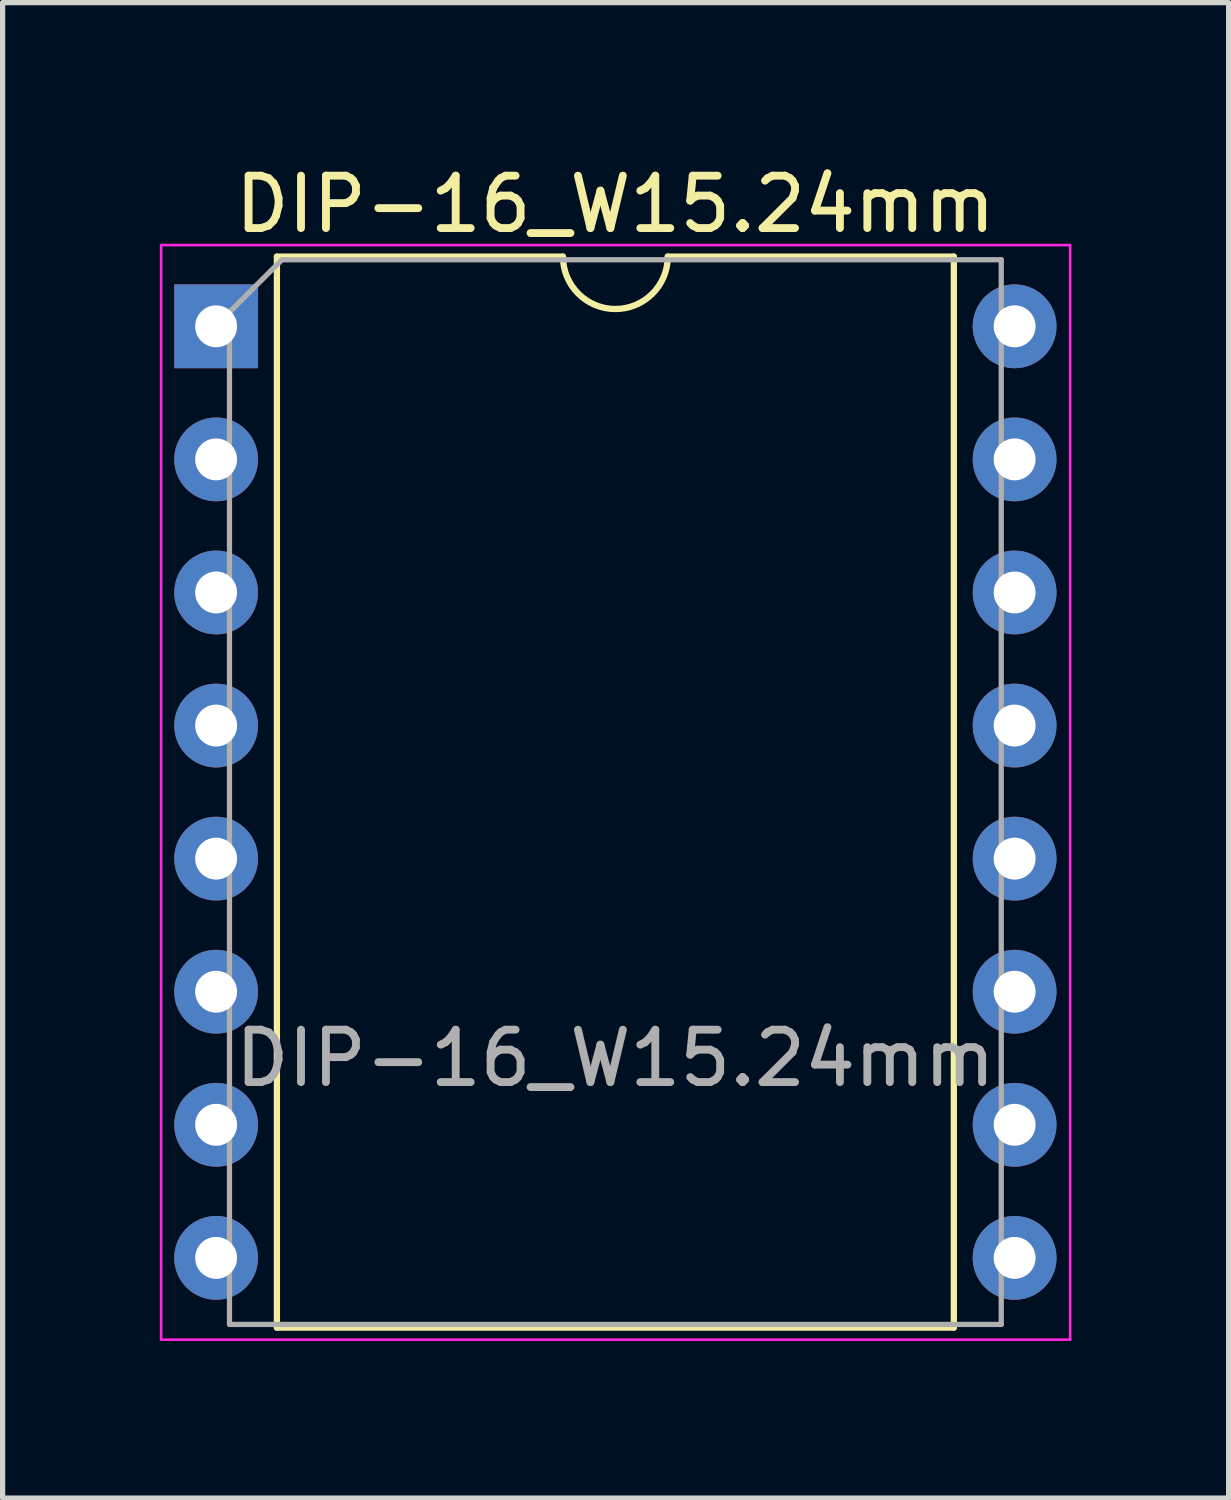
<source format=kicad_pcb>
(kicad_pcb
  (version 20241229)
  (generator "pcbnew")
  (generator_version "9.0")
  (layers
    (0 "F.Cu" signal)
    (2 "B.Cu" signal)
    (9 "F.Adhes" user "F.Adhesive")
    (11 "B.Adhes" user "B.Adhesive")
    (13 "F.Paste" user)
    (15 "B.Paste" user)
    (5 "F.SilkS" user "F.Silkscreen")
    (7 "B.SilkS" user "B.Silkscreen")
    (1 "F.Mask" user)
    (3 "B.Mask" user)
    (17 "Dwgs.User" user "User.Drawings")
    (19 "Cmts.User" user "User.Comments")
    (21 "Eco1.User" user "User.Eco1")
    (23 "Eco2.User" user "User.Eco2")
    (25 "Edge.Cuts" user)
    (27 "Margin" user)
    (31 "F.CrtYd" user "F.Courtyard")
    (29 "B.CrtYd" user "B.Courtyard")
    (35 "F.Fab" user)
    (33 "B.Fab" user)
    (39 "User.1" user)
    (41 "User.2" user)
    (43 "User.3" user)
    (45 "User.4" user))
  (footprint "DIP-16_W15.24mm"
    (layer "F.Cu")
    (at 1.075 3.178)
    (property "Reference" "DIP-16_W15.24mm" (at 7.62 -2.33 0) (layer "F.SilkS") (effects (font (size 1 1) (thickness 0.15))))
    (attr through_hole)
    (fp_line (start 1.16 -1.33) (end 1.16 19.11) (stroke (width 0.12) (type solid)) (layer "F.SilkS"))
    (fp_line (start 1.16 19.11) (end 14.08 19.11) (stroke (width 0.12) (type solid)) (layer "F.SilkS"))
    (fp_line (start 6.62 -1.33) (end 1.16 -1.33) (stroke (width 0.12) (type solid)) (layer "F.SilkS"))
    (fp_line (start 14.08 -1.33) (end 8.62 -1.33) (stroke (width 0.12) (type solid)) (layer "F.SilkS"))
    (fp_line (start 14.08 19.11) (end 14.08 -1.33) (stroke (width 0.12) (type solid)) (layer "F.SilkS"))
    (fp_arc (start 8.62 -1.33) (mid 7.62 -0.33) (end 6.62 -1.33) (stroke (width 0.12) (type solid)) (layer "F.SilkS"))
    (fp_line (start -1.05 -1.55) (end -1.05 19.34) (stroke (width 0.05) (type solid)) (layer "F.CrtYd"))
    (fp_line (start -1.05 19.34) (end 16.3 19.34) (stroke (width 0.05) (type solid)) (layer "F.CrtYd"))
    (fp_line (start 16.3 -1.55) (end -1.05 -1.55) (stroke (width 0.05) (type solid)) (layer "F.CrtYd"))
    (fp_line (start 16.3 19.34) (end 16.3 -1.55) (stroke (width 0.05) (type solid)) (layer "F.CrtYd"))
    (fp_line (start 0.255 -0.27) (end 1.255 -1.27) (stroke (width 0.1) (type solid)) (layer "F.Fab"))
    (fp_line (start 0.255 19.05) (end 0.255 -0.27) (stroke (width 0.1) (type solid)) (layer "F.Fab"))
    (fp_line (start 1.255 -1.27) (end 14.985 -1.27) (stroke (width 0.1) (type solid)) (layer "F.Fab"))
    (fp_line (start 14.985 -1.27) (end 14.985 19.05) (stroke (width 0.1) (type solid)) (layer "F.Fab"))
    (fp_line (start 14.985 19.05) (end 0.255 19.05) (stroke (width 0.1) (type solid)) (layer "F.Fab"))
    (fp_text user "${REFERENCE}" (at 7.62 13.97 0) (layer "F.Fab") (effects (font (size 1 1) (thickness 0.15))))
    (pad "1" thru_hole rect (at 0 0) (size 1.6 1.6) (drill 0.8) (layers "*.Cu" "*.Mask"))
    (pad "2" thru_hole oval (at 0 2.54) (size 1.6 1.6) (drill 0.8) (layers "*.Cu" "*.Mask"))
    (pad "3" thru_hole oval (at 0 5.08) (size 1.6 1.6) (drill 0.8) (layers "*.Cu" "*.Mask"))
    (pad "4" thru_hole oval (at 0 7.62) (size 1.6 1.6) (drill 0.8) (layers "*.Cu" "*.Mask"))
    (pad "5" thru_hole oval (at 0 10.16) (size 1.6 1.6) (drill 0.8) (layers "*.Cu" "*.Mask"))
    (pad "6" thru_hole oval (at 0 12.7) (size 1.6 1.6) (drill 0.8) (layers "*.Cu" "*.Mask"))
    (pad "7" thru_hole oval (at 0 15.24) (size 1.6 1.6) (drill 0.8) (layers "*.Cu" "*.Mask"))
    (pad "8" thru_hole oval (at 0 17.78) (size 1.6 1.6) (drill 0.8) (layers "*.Cu" "*.Mask"))
    (pad "9" thru_hole oval (at 15.24 17.78) (size 1.6 1.6) (drill 0.8) (layers "*.Cu" "*.Mask"))
    (pad "10" thru_hole oval (at 15.24 15.24) (size 1.6 1.6) (drill 0.8) (layers "*.Cu" "*.Mask"))
    (pad "11" thru_hole oval (at 15.24 12.7) (size 1.6 1.6) (drill 0.8) (layers "*.Cu" "*.Mask"))
    (pad "12" thru_hole oval (at 15.24 10.16) (size 1.6 1.6) (drill 0.8) (layers "*.Cu" "*.Mask"))
    (pad "13" thru_hole oval (at 15.24 7.62) (size 1.6 1.6) (drill 0.8) (layers "*.Cu" "*.Mask"))
    (pad "14" thru_hole oval (at 15.24 5.08) (size 1.6 1.6) (drill 0.8) (layers "*.Cu" "*.Mask"))
    (pad "15" thru_hole oval (at 15.24 2.54) (size 1.6 1.6) (drill 0.8) (layers "*.Cu" "*.Mask"))
    (pad "16" thru_hole oval (at 15.24 0) (size 1.6 1.6) (drill 0.8) (layers "*.Cu" "*.Mask")))
  (gr_rect
    (start -3 -3)
    (end 20.4 25.543)
    (stroke (width 0.1) (type default))
    (fill no)
    (layer "Edge.Cuts")))
</source>
